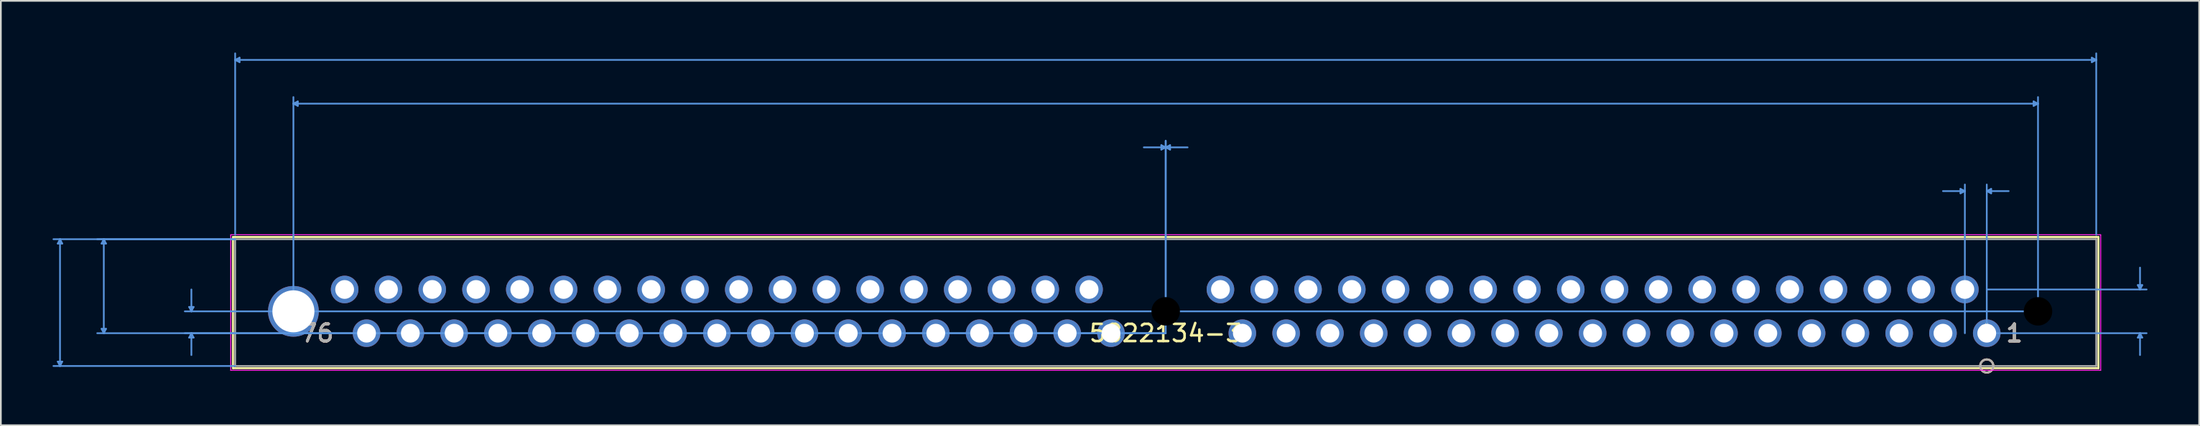
<source format=kicad_pcb>
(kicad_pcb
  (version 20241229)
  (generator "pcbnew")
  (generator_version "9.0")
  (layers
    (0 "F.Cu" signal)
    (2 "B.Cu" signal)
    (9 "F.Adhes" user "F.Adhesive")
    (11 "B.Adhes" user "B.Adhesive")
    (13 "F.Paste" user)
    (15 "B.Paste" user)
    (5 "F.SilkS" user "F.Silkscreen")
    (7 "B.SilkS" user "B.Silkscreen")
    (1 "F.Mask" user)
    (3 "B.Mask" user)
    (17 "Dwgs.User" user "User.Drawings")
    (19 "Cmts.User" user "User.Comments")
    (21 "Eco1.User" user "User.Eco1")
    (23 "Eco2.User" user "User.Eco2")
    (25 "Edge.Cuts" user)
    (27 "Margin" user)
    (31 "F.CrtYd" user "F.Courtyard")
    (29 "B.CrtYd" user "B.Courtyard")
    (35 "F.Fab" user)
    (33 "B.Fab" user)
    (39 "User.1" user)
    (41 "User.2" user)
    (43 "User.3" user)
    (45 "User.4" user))
  (footprint "5822134-3"
    (layer "F.Cu")
    (at 112.191 16.306)
    (property "Reference" "5822134-3" (at -47.625 0 0) (layer "F.SilkS") (effects (font (size 1 1) (thickness 0.15))))
    (attr through_hole)
    (fp_line (start -101.727 -5.588) (end -101.727 2.032) (stroke (width 0.12) (type solid)) (layer "F.SilkS"))
    (fp_line (start -101.727 2.032) (end 6.477 2.032) (stroke (width 0.12) (type solid)) (layer "F.SilkS"))
    (fp_line (start 6.477 -5.588) (end -101.727 -5.588) (stroke (width 0.12) (type solid)) (layer "F.SilkS"))
    (fp_line (start 6.477 2.032) (end 6.477 -5.588) (stroke (width 0.12) (type solid)) (layer "F.SilkS"))
    (fp_circle (center 0 1.905) (end 0.381 1.905) (stroke (width 0.12) (type solid)) (fill no) (layer "F.SilkS"))
    (fp_circle (center 0 1.905) (end 0.381 1.905) (stroke (width 0.12) (type solid)) (fill no) (layer "B.SilkS"))
    (fp_line (start -111.887 -5.207) (end -111.633 -5.207) (stroke (width 0.1) (type solid)) (layer "Cmts.User"))
    (fp_line (start -111.887 1.651) (end -111.633 1.651) (stroke (width 0.1) (type solid)) (layer "Cmts.User"))
    (fp_line (start -111.76 -5.461) (end -111.887 -5.207) (stroke (width 0.1) (type solid)) (layer "Cmts.User"))
    (fp_line (start -111.76 -5.461) (end -111.76 1.905) (stroke (width 0.1) (type solid)) (layer "Cmts.User"))
    (fp_line (start -111.76 -5.461) (end -111.633 -5.207) (stroke (width 0.1) (type solid)) (layer "Cmts.User"))
    (fp_line (start -111.76 1.905) (end -111.887 1.651) (stroke (width 0.1) (type solid)) (layer "Cmts.User"))
    (fp_line (start -111.76 1.905) (end -111.633 1.651) (stroke (width 0.1) (type solid)) (layer "Cmts.User"))
    (fp_line (start -109.347 -5.207) (end -109.093 -5.207) (stroke (width 0.1) (type solid)) (layer "Cmts.User"))
    (fp_line (start -109.347 -0.254) (end -109.093 -0.254) (stroke (width 0.1) (type solid)) (layer "Cmts.User"))
    (fp_line (start -109.22 -5.461) (end -109.347 -5.207) (stroke (width 0.1) (type solid)) (layer "Cmts.User"))
    (fp_line (start -109.22 -5.461) (end -109.22 0) (stroke (width 0.1) (type solid)) (layer "Cmts.User"))
    (fp_line (start -109.22 -5.461) (end -109.093 -5.207) (stroke (width 0.1) (type solid)) (layer "Cmts.User"))
    (fp_line (start -109.22 0) (end -109.347 -0.254) (stroke (width 0.1) (type solid)) (layer "Cmts.User"))
    (fp_line (start -109.22 0) (end -109.093 -0.254) (stroke (width 0.1) (type solid)) (layer "Cmts.User"))
    (fp_line (start -104.267 -1.524) (end -104.013 -1.524) (stroke (width 0.1) (type solid)) (layer "Cmts.User"))
    (fp_line (start -104.267 0.254) (end -104.013 0.254) (stroke (width 0.1) (type solid)) (layer "Cmts.User"))
    (fp_line (start -104.14 -1.27) (end -104.267 -1.524) (stroke (width 0.1) (type solid)) (layer "Cmts.User"))
    (fp_line (start -104.14 -1.27) (end -104.14 -2.54) (stroke (width 0.1) (type solid)) (layer "Cmts.User"))
    (fp_line (start -104.14 -1.27) (end -104.013 -1.524) (stroke (width 0.1) (type solid)) (layer "Cmts.User"))
    (fp_line (start -104.14 0) (end -104.267 0.254) (stroke (width 0.1) (type solid)) (layer "Cmts.User"))
    (fp_line (start -104.14 0) (end -104.14 1.27) (stroke (width 0.1) (type solid)) (layer "Cmts.User"))
    (fp_line (start -104.14 0) (end -104.013 0.254) (stroke (width 0.1) (type solid)) (layer "Cmts.User"))
    (fp_line (start -101.6 -15.875) (end -101.346 -16.002) (stroke (width 0.1) (type solid)) (layer "Cmts.User"))
    (fp_line (start -101.6 -15.875) (end -101.346 -15.748) (stroke (width 0.1) (type solid)) (layer "Cmts.User"))
    (fp_line (start -101.6 -15.875) (end 6.35 -15.875) (stroke (width 0.1) (type solid)) (layer "Cmts.User"))
    (fp_line (start -101.6 -5.715) (end -101.6 -16.256) (stroke (width 0.1) (type solid)) (layer "Cmts.User"))
    (fp_line (start -101.6 -5.461) (end -112.141 -5.461) (stroke (width 0.1) (type solid)) (layer "Cmts.User"))
    (fp_line (start -101.6 -5.461) (end -109.601 -5.461) (stroke (width 0.1) (type solid)) (layer "Cmts.User"))
    (fp_line (start -101.6 1.905) (end -112.141 1.905) (stroke (width 0.1) (type solid)) (layer "Cmts.User"))
    (fp_line (start -101.346 -16.002) (end -101.346 -15.748) (stroke (width 0.1) (type solid)) (layer "Cmts.User"))
    (fp_line (start -98.222 -13.335) (end -97.968 -13.462) (stroke (width 0.1) (type solid)) (layer "Cmts.User"))
    (fp_line (start -98.222 -13.335) (end -97.968 -13.208) (stroke (width 0.1) (type solid)) (layer "Cmts.User"))
    (fp_line (start -98.222 -13.335) (end 2.972 -13.335) (stroke (width 0.1) (type solid)) (layer "Cmts.User"))
    (fp_line (start -98.222 -1.27) (end -98.222 -13.716) (stroke (width 0.1) (type solid)) (layer "Cmts.User"))
    (fp_line (start -97.968 -13.462) (end -97.968 -13.208) (stroke (width 0.1) (type solid)) (layer "Cmts.User"))
    (fp_line (start -47.879 -10.922) (end -47.879 -10.668) (stroke (width 0.1) (type solid)) (layer "Cmts.User"))
    (fp_line (start -47.625 -10.795) (end -48.895 -10.795) (stroke (width 0.1) (type solid)) (layer "Cmts.User"))
    (fp_line (start -47.625 -10.795) (end -47.879 -10.922) (stroke (width 0.1) (type solid)) (layer "Cmts.User"))
    (fp_line (start -47.625 -10.795) (end -47.879 -10.668) (stroke (width 0.1) (type solid)) (layer "Cmts.User"))
    (fp_line (start -47.625 -10.795) (end -47.371 -10.922) (stroke (width 0.1) (type solid)) (layer "Cmts.User"))
    (fp_line (start -47.625 -10.795) (end -47.371 -10.668) (stroke (width 0.1) (type solid)) (layer "Cmts.User"))
    (fp_line (start -47.625 -10.795) (end -46.355 -10.795) (stroke (width 0.1) (type solid)) (layer "Cmts.User"))
    (fp_line (start -47.625 -1.27) (end -47.625 -11.176) (stroke (width 0.1) (type solid)) (layer "Cmts.User"))
    (fp_line (start -47.625 0) (end -109.601 0) (stroke (width 0.1) (type solid)) (layer "Cmts.User"))
    (fp_line (start -47.625 0) (end -104.521 0) (stroke (width 0.1) (type solid)) (layer "Cmts.User"))
    (fp_line (start -47.625 0) (end -47.625 -11.176) (stroke (width 0.1) (type solid)) (layer "Cmts.User"))
    (fp_line (start -47.371 -10.922) (end -47.371 -10.668) (stroke (width 0.1) (type solid)) (layer "Cmts.User"))
    (fp_line (start -1.524 -8.382) (end -1.524 -8.128) (stroke (width 0.1) (type solid)) (layer "Cmts.User"))
    (fp_line (start -1.27 -8.255) (end -2.54 -8.255) (stroke (width 0.1) (type solid)) (layer "Cmts.User"))
    (fp_line (start -1.27 -8.255) (end -1.524 -8.382) (stroke (width 0.1) (type solid)) (layer "Cmts.User"))
    (fp_line (start -1.27 -8.255) (end -1.524 -8.128) (stroke (width 0.1) (type solid)) (layer "Cmts.User"))
    (fp_line (start -1.27 0) (end -1.27 -8.636) (stroke (width 0.1) (type solid)) (layer "Cmts.User"))
    (fp_line (start 0 -8.255) (end 0.254 -8.382) (stroke (width 0.1) (type solid)) (layer "Cmts.User"))
    (fp_line (start 0 -8.255) (end 0.254 -8.128) (stroke (width 0.1) (type solid)) (layer "Cmts.User"))
    (fp_line (start 0 -8.255) (end 1.27 -8.255) (stroke (width 0.1) (type solid)) (layer "Cmts.User"))
    (fp_line (start 0 -2.54) (end 9.271 -2.54) (stroke (width 0.1) (type solid)) (layer "Cmts.User"))
    (fp_line (start 0 0) (end 0 -8.636) (stroke (width 0.1) (type solid)) (layer "Cmts.User"))
    (fp_line (start 0 0) (end 9.271 0) (stroke (width 0.1) (type solid)) (layer "Cmts.User"))
    (fp_line (start 0.254 -8.382) (end 0.254 -8.128) (stroke (width 0.1) (type solid)) (layer "Cmts.User"))
    (fp_line (start 2.718 -13.462) (end 2.718 -13.208) (stroke (width 0.1) (type solid)) (layer "Cmts.User"))
    (fp_line (start 2.972 -13.335) (end 2.718 -13.462) (stroke (width 0.1) (type solid)) (layer "Cmts.User"))
    (fp_line (start 2.972 -13.335) (end 2.718 -13.208) (stroke (width 0.1) (type solid)) (layer "Cmts.User"))
    (fp_line (start 2.972 -1.27) (end -104.521 -1.27) (stroke (width 0.1) (type solid)) (layer "Cmts.User"))
    (fp_line (start 2.972 -1.27) (end 2.972 -13.716) (stroke (width 0.1) (type solid)) (layer "Cmts.User"))
    (fp_line (start 6.096 -16.002) (end 6.096 -15.748) (stroke (width 0.1) (type solid)) (layer "Cmts.User"))
    (fp_line (start 6.35 -15.875) (end 6.096 -16.002) (stroke (width 0.1) (type solid)) (layer "Cmts.User"))
    (fp_line (start 6.35 -15.875) (end 6.096 -15.748) (stroke (width 0.1) (type solid)) (layer "Cmts.User"))
    (fp_line (start 6.35 -5.715) (end 6.35 -16.256) (stroke (width 0.1) (type solid)) (layer "Cmts.User"))
    (fp_line (start 8.763 -2.794) (end 9.017 -2.794) (stroke (width 0.1) (type solid)) (layer "Cmts.User"))
    (fp_line (start 8.763 0.254) (end 9.017 0.254) (stroke (width 0.1) (type solid)) (layer "Cmts.User"))
    (fp_line (start 8.89 -2.54) (end 8.763 -2.794) (stroke (width 0.1) (type solid)) (layer "Cmts.User"))
    (fp_line (start 8.89 -2.54) (end 8.89 -3.81) (stroke (width 0.1) (type solid)) (layer "Cmts.User"))
    (fp_line (start 8.89 -2.54) (end 9.017 -2.794) (stroke (width 0.1) (type solid)) (layer "Cmts.User"))
    (fp_line (start 8.89 0) (end 8.763 0.254) (stroke (width 0.1) (type solid)) (layer "Cmts.User"))
    (fp_line (start 8.89 0) (end 8.89 1.27) (stroke (width 0.1) (type solid)) (layer "Cmts.User"))
    (fp_line (start 8.89 0) (end 9.017 0.254) (stroke (width 0.1) (type solid)) (layer "Cmts.User"))
    (fp_line (start -101.854 -5.715) (end -101.854 2.159) (stroke (width 0.05) (type solid)) (layer "F.CrtYd"))
    (fp_line (start -101.854 -5.715) (end -101.854 2.159) (stroke (width 0.05) (type solid)) (layer "F.CrtYd"))
    (fp_line (start -101.854 2.159) (end 6.604 2.159) (stroke (width 0.05) (type solid)) (layer "F.CrtYd"))
    (fp_line (start -101.854 2.159) (end 6.604 2.159) (stroke (width 0.05) (type solid)) (layer "F.CrtYd"))
    (fp_line (start 6.604 -5.715) (end -101.854 -5.715) (stroke (width 0.05) (type solid)) (layer "F.CrtYd"))
    (fp_line (start 6.604 -5.715) (end -101.854 -5.715) (stroke (width 0.05) (type solid)) (layer "F.CrtYd"))
    (fp_line (start 6.604 2.159) (end 6.604 -5.715) (stroke (width 0.05) (type solid)) (layer "F.CrtYd"))
    (fp_line (start 6.604 2.159) (end 6.604 -5.715) (stroke (width 0.05) (type solid)) (layer "F.CrtYd"))
    (fp_line (start -101.6 -5.461) (end -101.6 1.905) (stroke (width 0.1) (type solid)) (layer "F.Fab"))
    (fp_line (start -101.6 1.905) (end 6.35 1.905) (stroke (width 0.1) (type solid)) (layer "F.Fab"))
    (fp_line (start 6.35 -5.461) (end -101.6 -5.461) (stroke (width 0.1) (type solid)) (layer "F.Fab"))
    (fp_line (start 6.35 1.905) (end 6.35 -5.461) (stroke (width 0.1) (type solid)) (layer "F.Fab"))
    (fp_circle (center 0 1.905) (end 0.381 1.905) (stroke (width 0.1) (type solid)) (fill no) (layer "F.Fab"))
    (fp_text user "76" (at -96.85 0 0) (layer "F.SilkS") (effects (font (size 1 1) (thickness 0.15))))
    (fp_text user "*" (at 0 0 0) (layer "F.SilkS") (effects (font (size 1 1) (thickness 0.15))))
    (fp_text user "1" (at 1.6 0 0) (layer "F.SilkS") (effects (font (size 1 1) (thickness 0.15))))
    (fp_text user "1" (at 1.6 0 0) (layer "F.SilkS") (effects (font (size 1 1) (thickness 0.15))))
    (fp_text user "76" (at -96.85 0 0) (layer "F.SilkS") (effects (font (size 1 1) (thickness 0.15))))
    (fp_text user "1" (at 1.6 0 0) (layer "B.SilkS") (effects (font (size 1 1) (thickness 0.15))))
    (fp_text user "1" (at 1.6 0 0) (layer "B.SilkS") (effects (font (size 1 1) (thickness 0.15))))
    (fp_text user "76" (at -96.85 0 0) (layer "B.SilkS") (effects (font (size 1 1) (thickness 0.15))))
    (fp_text user "76" (at -96.85 0 0) (layer "B.SilkS") (effects (font (size 1 1) (thickness 0.15))))
    (fp_text user "Copyright 2021 Accelerated Designs. All rights reserved." (at 0 0 0) (layer "Cmts.User") (effects (font (size 0.127 0.127) (thickness 0.002))))
    (fp_text user "76" (at -96.85 0 0) (layer "F.Fab") (effects (font (size 1 1) (thickness 0.15))))
    (fp_text user "*" (at 0 0 0) (layer "F.Fab") (effects (font (size 1 1) (thickness 0.15))))
    (fp_text user "1" (at 1.6 0 0) (layer "F.Fab") (effects (font (size 1 1) (thickness 0.15))))
    (fp_text user "76" (at -96.85 0 0) (layer "F.Fab") (effects (font (size 1 1) (thickness 0.15))))
    (fp_text user "1" (at 1.6 0 0) (layer "F.Fab") (effects (font (size 1 1) (thickness 0.15))))
    (pad "" np_thru_hole circle (at -47.625 -1.27) (size 2.159 2.159) (drill 1.651) (layers))
    (pad "" np_thru_hole circle (at 2.972 -1.27) (size 2.159 2.159) (drill 1.651) (layers))
    (pad "1" thru_hole circle (at 0 0) (size 1.6 1.6) (drill 1.092) (layers "*.Cu" "*.Mask"))
    (pad "2" thru_hole circle (at -1.27 -2.54) (size 1.6 1.6) (drill 1.092) (layers "*.Cu" "*.Mask"))
    (pad "3" thru_hole circle (at -2.54 0) (size 1.6 1.6) (drill 1.092) (layers "*.Cu" "*.Mask"))
    (pad "4" thru_hole circle (at -3.81 -2.54) (size 1.6 1.6) (drill 1.092) (layers "*.Cu" "*.Mask"))
    (pad "5" thru_hole circle (at -5.08 0) (size 1.6 1.6) (drill 1.092) (layers "*.Cu" "*.Mask"))
    (pad "6" thru_hole circle (at -6.35 -2.54) (size 1.6 1.6) (drill 1.092) (layers "*.Cu" "*.Mask"))
    (pad "7" thru_hole circle (at -7.62 0) (size 1.6 1.6) (drill 1.092) (layers "*.Cu" "*.Mask"))
    (pad "8" thru_hole circle (at -8.89 -2.54) (size 1.6 1.6) (drill 1.092) (layers "*.Cu" "*.Mask"))
    (pad "9" thru_hole circle (at -10.16 0) (size 1.6 1.6) (drill 1.092) (layers "*.Cu" "*.Mask"))
    (pad "10" thru_hole circle (at -11.43 -2.54) (size 1.6 1.6) (drill 1.092) (layers "*.Cu" "*.Mask"))
    (pad "11" thru_hole circle (at -12.7 0) (size 1.6 1.6) (drill 1.092) (layers "*.Cu" "*.Mask"))
    (pad "12" thru_hole circle (at -13.97 -2.54) (size 1.6 1.6) (drill 1.092) (layers "*.Cu" "*.Mask"))
    (pad "13" thru_hole circle (at -15.24 0) (size 1.6 1.6) (drill 1.092) (layers "*.Cu" "*.Mask"))
    (pad "14" thru_hole circle (at -16.51 -2.54) (size 1.6 1.6) (drill 1.092) (layers "*.Cu" "*.Mask"))
    (pad "15" thru_hole circle (at -17.78 0) (size 1.6 1.6) (drill 1.092) (layers "*.Cu" "*.Mask"))
    (pad "16" thru_hole circle (at -19.05 -2.54) (size 1.6 1.6) (drill 1.092) (layers "*.Cu" "*.Mask"))
    (pad "17" thru_hole circle (at -20.32 0) (size 1.6 1.6) (drill 1.092) (layers "*.Cu" "*.Mask"))
    (pad "18" thru_hole circle (at -21.59 -2.54) (size 1.6 1.6) (drill 1.092) (layers "*.Cu" "*.Mask"))
    (pad "19" thru_hole circle (at -22.86 0) (size 1.6 1.6) (drill 1.092) (layers "*.Cu" "*.Mask"))
    (pad "20" thru_hole circle (at -24.13 -2.54) (size 1.6 1.6) (drill 1.092) (layers "*.Cu" "*.Mask"))
    (pad "21" thru_hole circle (at -25.4 0) (size 1.6 1.6) (drill 1.092) (layers "*.Cu" "*.Mask"))
    (pad "22" thru_hole circle (at -26.67 -2.54) (size 1.6 1.6) (drill 1.092) (layers "*.Cu" "*.Mask"))
    (pad "23" thru_hole circle (at -27.94 0) (size 1.6 1.6) (drill 1.092) (layers "*.Cu" "*.Mask"))
    (pad "24" thru_hole circle (at -29.21 -2.54) (size 1.6 1.6) (drill 1.092) (layers "*.Cu" "*.Mask"))
    (pad "25" thru_hole circle (at -30.48 0) (size 1.6 1.6) (drill 1.092) (layers "*.Cu" "*.Mask"))
    (pad "26" thru_hole circle (at -31.75 -2.54) (size 1.6 1.6) (drill 1.092) (layers "*.Cu" "*.Mask"))
    (pad "27" thru_hole circle (at -33.02 0) (size 1.6 1.6) (drill 1.092) (layers "*.Cu" "*.Mask"))
    (pad "28" thru_hole circle (at -34.29 -2.54) (size 1.6 1.6) (drill 1.092) (layers "*.Cu" "*.Mask"))
    (pad "29" thru_hole circle (at -35.56 0) (size 1.6 1.6) (drill 1.092) (layers "*.Cu" "*.Mask"))
    (pad "30" thru_hole circle (at -36.83 -2.54) (size 1.6 1.6) (drill 1.092) (layers "*.Cu" "*.Mask"))
    (pad "31" thru_hole circle (at -38.1 0) (size 1.6 1.6) (drill 1.092) (layers "*.Cu" "*.Mask"))
    (pad "32" thru_hole circle (at -39.37 -2.54) (size 1.6 1.6) (drill 1.092) (layers "*.Cu" "*.Mask"))
    (pad "33" thru_hole circle (at -40.64 0) (size 1.6 1.6) (drill 1.092) (layers "*.Cu" "*.Mask"))
    (pad "34" thru_hole circle (at -41.91 -2.54) (size 1.6 1.6) (drill 1.092) (layers "*.Cu" "*.Mask"))
    (pad "35" thru_hole circle (at -43.18 0) (size 1.6 1.6) (drill 1.092) (layers "*.Cu" "*.Mask"))
    (pad "36" thru_hole circle (at -44.45 -2.54) (size 1.6 1.6) (drill 1.092) (layers "*.Cu" "*.Mask"))
    (pad "41" thru_hole circle (at -50.8 0) (size 1.6 1.6) (drill 1.092) (layers "*.Cu" "*.Mask"))
    (pad "42" thru_hole circle (at -52.07 -2.54) (size 1.6 1.6) (drill 1.092) (layers "*.Cu" "*.Mask"))
    (pad "43" thru_hole circle (at -53.34 0) (size 1.6 1.6) (drill 1.092) (layers "*.Cu" "*.Mask"))
    (pad "44" thru_hole circle (at -54.61 -2.54) (size 1.6 1.6) (drill 1.092) (layers "*.Cu" "*.Mask"))
    (pad "45" thru_hole circle (at -55.88 0) (size 1.6 1.6) (drill 1.092) (layers "*.Cu" "*.Mask"))
    (pad "46" thru_hole circle (at -57.15 -2.54) (size 1.6 1.6) (drill 1.092) (layers "*.Cu" "*.Mask"))
    (pad "47" thru_hole circle (at -58.42 0) (size 1.6 1.6) (drill 1.092) (layers "*.Cu" "*.Mask"))
    (pad "48" thru_hole circle (at -59.69 -2.54) (size 1.6 1.6) (drill 1.092) (layers "*.Cu" "*.Mask"))
    (pad "49" thru_hole circle (at -60.96 0) (size 1.6 1.6) (drill 1.092) (layers "*.Cu" "*.Mask"))
    (pad "50" thru_hole circle (at -62.23 -2.54) (size 1.6 1.6) (drill 1.092) (layers "*.Cu" "*.Mask"))
    (pad "51" thru_hole circle (at -63.5 0) (size 1.6 1.6) (drill 1.092) (layers "*.Cu" "*.Mask"))
    (pad "52" thru_hole circle (at -64.77 -2.54) (size 1.6 1.6) (drill 1.092) (layers "*.Cu" "*.Mask"))
    (pad "53" thru_hole circle (at -66.04 0) (size 1.6 1.6) (drill 1.092) (layers "*.Cu" "*.Mask"))
    (pad "54" thru_hole circle (at -67.31 -2.54) (size 1.6 1.6) (drill 1.092) (layers "*.Cu" "*.Mask"))
    (pad "55" thru_hole circle (at -68.58 0) (size 1.6 1.6) (drill 1.092) (layers "*.Cu" "*.Mask"))
    (pad "56" thru_hole circle (at -69.85 -2.54) (size 1.6 1.6) (drill 1.092) (layers "*.Cu" "*.Mask"))
    (pad "57" thru_hole circle (at -71.12 0) (size 1.6 1.6) (drill 1.092) (layers "*.Cu" "*.Mask"))
    (pad "58" thru_hole circle (at -72.39 -2.54) (size 1.6 1.6) (drill 1.092) (layers "*.Cu" "*.Mask"))
    (pad "59" thru_hole circle (at -73.66 0) (size 1.6 1.6) (drill 1.092) (layers "*.Cu" "*.Mask"))
    (pad "60" thru_hole circle (at -74.93 -2.54) (size 1.6 1.6) (drill 1.092) (layers "*.Cu" "*.Mask"))
    (pad "61" thru_hole circle (at -76.2 0) (size 1.6 1.6) (drill 1.092) (layers "*.Cu" "*.Mask"))
    (pad "62" thru_hole circle (at -77.47 -2.54) (size 1.6 1.6) (drill 1.092) (layers "*.Cu" "*.Mask"))
    (pad "63" thru_hole circle (at -78.74 0) (size 1.6 1.6) (drill 1.092) (layers "*.Cu" "*.Mask"))
    (pad "64" thru_hole circle (at -80.01 -2.54) (size 1.6 1.6) (drill 1.092) (layers "*.Cu" "*.Mask"))
    (pad "65" thru_hole circle (at -81.28 0) (size 1.6 1.6) (drill 1.092) (layers "*.Cu" "*.Mask"))
    (pad "66" thru_hole circle (at -82.55 -2.54) (size 1.6 1.6) (drill 1.092) (layers "*.Cu" "*.Mask"))
    (pad "67" thru_hole circle (at -83.82 0) (size 1.6 1.6) (drill 1.092) (layers "*.Cu" "*.Mask"))
    (pad "68" thru_hole circle (at -85.09 -2.54) (size 1.6 1.6) (drill 1.092) (layers "*.Cu" "*.Mask"))
    (pad "69" thru_hole circle (at -86.36 0) (size 1.6 1.6) (drill 1.092) (layers "*.Cu" "*.Mask"))
    (pad "70" thru_hole circle (at -87.63 -2.54) (size 1.6 1.6) (drill 1.092) (layers "*.Cu" "*.Mask"))
    (pad "71" thru_hole circle (at -88.9 0) (size 1.6 1.6) (drill 1.092) (layers "*.Cu" "*.Mask"))
    (pad "72" thru_hole circle (at -90.17 -2.54) (size 1.6 1.6) (drill 1.092) (layers "*.Cu" "*.Mask"))
    (pad "73" thru_hole circle (at -91.44 0) (size 1.6 1.6) (drill 1.092) (layers "*.Cu" "*.Mask"))
    (pad "74" thru_hole circle (at -92.71 -2.54) (size 1.6 1.6) (drill 1.092) (layers "*.Cu" "*.Mask"))
    (pad "75" thru_hole circle (at -93.98 0) (size 1.6 1.6) (drill 1.092) (layers "*.Cu" "*.Mask"))
    (pad "76" thru_hole circle (at -95.25 -2.54) (size 1.6 1.6) (drill 1.092) (layers "*.Cu" "*.Mask"))
    (pad "77" thru_hole circle (at -98.222 -1.27) (size 2.946 2.946) (drill 2.438) (layers "*.Cu" "*.Mask")))
  (gr_rect
    (start -3 -3)
    (end 124.512 21.652)
    (stroke (width 0.1) (type default))
    (fill no)
    (layer "Edge.Cuts")))
</source>
